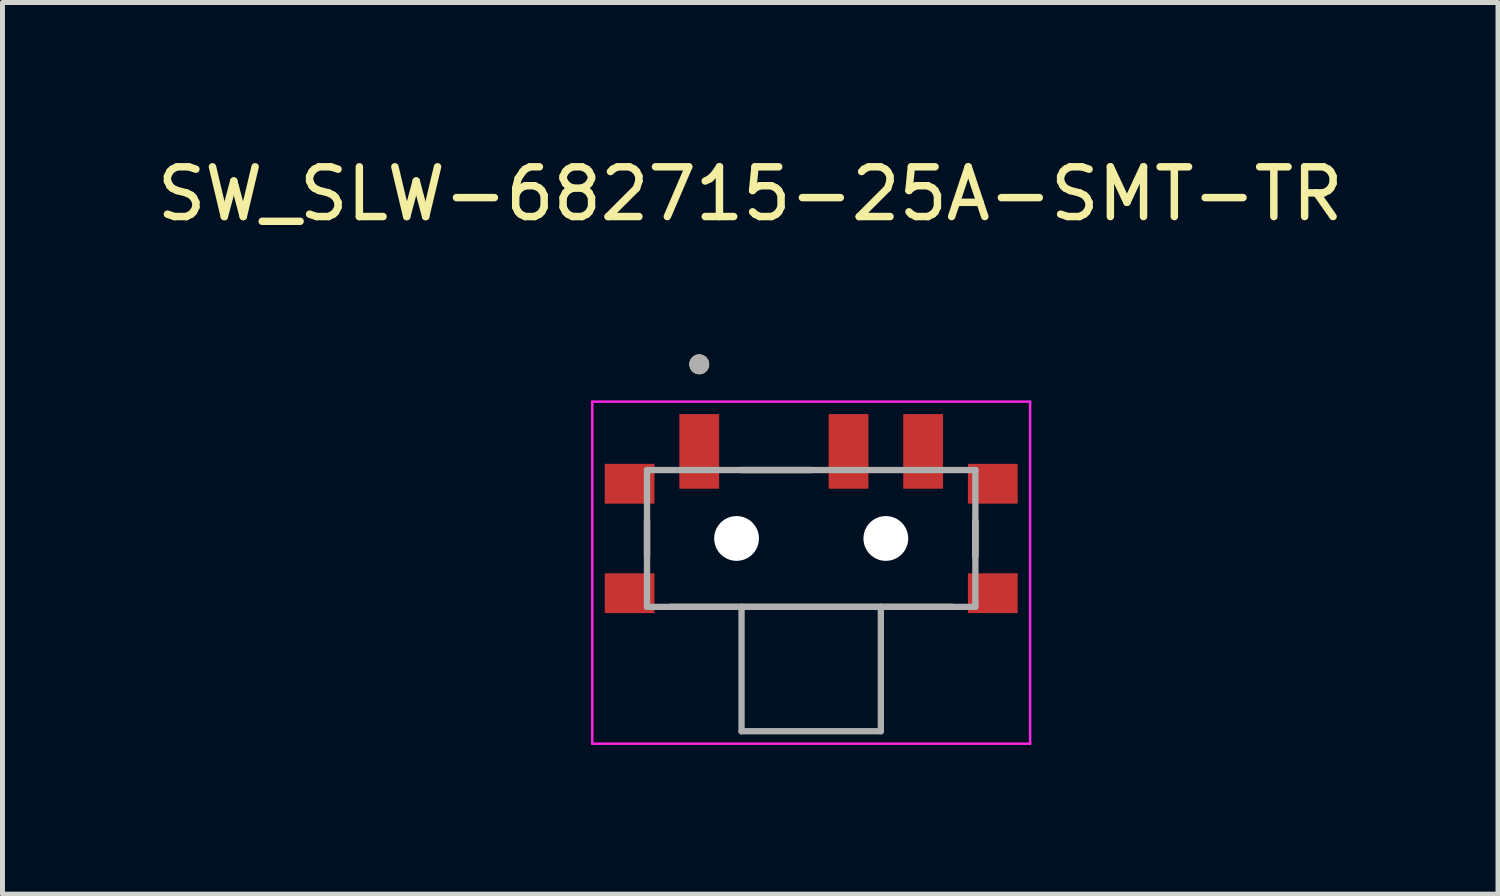
<source format=kicad_pcb>
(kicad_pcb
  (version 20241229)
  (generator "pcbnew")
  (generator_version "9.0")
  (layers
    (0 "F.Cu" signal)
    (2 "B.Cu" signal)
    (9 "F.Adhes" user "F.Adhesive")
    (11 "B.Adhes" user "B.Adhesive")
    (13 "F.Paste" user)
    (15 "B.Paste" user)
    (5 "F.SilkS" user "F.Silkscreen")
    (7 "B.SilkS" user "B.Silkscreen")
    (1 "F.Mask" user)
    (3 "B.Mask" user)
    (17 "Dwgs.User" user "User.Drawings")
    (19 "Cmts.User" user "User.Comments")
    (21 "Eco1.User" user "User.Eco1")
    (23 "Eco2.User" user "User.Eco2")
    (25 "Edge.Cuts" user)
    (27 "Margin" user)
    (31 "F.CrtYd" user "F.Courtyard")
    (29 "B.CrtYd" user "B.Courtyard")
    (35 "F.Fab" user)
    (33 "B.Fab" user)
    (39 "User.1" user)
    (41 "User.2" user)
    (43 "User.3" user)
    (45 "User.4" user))
  (footprint "SW_SLW-682715-25A-SMT-TR"
    (layer "F.Cu")
    (at 13.255 7.773)
    (property "Reference" "SW_SLW-682715-25A-SMT-TR" (at -1.225 -6.925 0) (layer "F.SilkS") (effects (font (size 1 1) (thickness 0.15))))
    (attr smd)
    (fp_line (start -3.3 -0.35) (end -3.3 0.35) (stroke (width 0.127) (type solid)) (layer "F.SilkS"))
    (fp_line (start -2.83 1.375) (end 2.83 1.375) (stroke (width 0.127) (type solid)) (layer "F.SilkS"))
    (fp_line (start -1.4 -1.375) (end 0 -1.375) (stroke (width 0.127) (type solid)) (layer "F.SilkS"))
    (fp_line (start 3.3 -0.35) (end 3.3 0.35) (stroke (width 0.127) (type solid)) (layer "F.SilkS"))
    (fp_circle (center -2.25 -3.5) (end -2.15 -3.5) (stroke (width 0.2) (type solid)) (fill no) (layer "F.SilkS"))
    (fp_line (start -4.4 -2.75) (end -4.4 4.125) (stroke (width 0.05) (type solid)) (layer "F.CrtYd"))
    (fp_line (start -4.4 4.125) (end 4.4 4.125) (stroke (width 0.05) (type solid)) (layer "F.CrtYd"))
    (fp_line (start 4.4 -2.75) (end -4.4 -2.75) (stroke (width 0.05) (type solid)) (layer "F.CrtYd"))
    (fp_line (start 4.4 4.125) (end 4.4 -2.75) (stroke (width 0.05) (type solid)) (layer "F.CrtYd"))
    (fp_line (start -3.3 -1.375) (end -3.3 1.375) (stroke (width 0.127) (type solid)) (layer "F.Fab"))
    (fp_line (start -3.3 1.375) (end -1.4 1.375) (stroke (width 0.127) (type solid)) (layer "F.Fab"))
    (fp_line (start -1.4 1.375) (end -1.4 3.875) (stroke (width 0.127) (type solid)) (layer "F.Fab"))
    (fp_line (start -1.4 1.375) (end 1.4 1.375) (stroke (width 0.127) (type solid)) (layer "F.Fab"))
    (fp_line (start -1.4 3.875) (end 1.4 3.875) (stroke (width 0.127) (type solid)) (layer "F.Fab"))
    (fp_line (start 1.4 1.375) (end 3.3 1.375) (stroke (width 0.127) (type solid)) (layer "F.Fab"))
    (fp_line (start 1.4 3.875) (end 1.4 1.375) (stroke (width 0.127) (type solid)) (layer "F.Fab"))
    (fp_line (start 3.3 -1.375) (end -3.3 -1.375) (stroke (width 0.127) (type solid)) (layer "F.Fab"))
    (fp_line (start 3.3 1.375) (end 3.3 -1.375) (stroke (width 0.127) (type solid)) (layer "F.Fab"))
    (fp_circle (center -2.25 -3.5) (end -2.15 -3.5) (stroke (width 0.2) (type solid)) (fill no) (layer "F.Fab"))
    (pad "" np_thru_hole circle (at -1.5 0) (size 0.9 0.9) (drill 0.9) (layers "*.Cu" "*.Mask"))
    (pad "" np_thru_hole circle (at 1.5 0) (size 0.9 0.9) (drill 0.9) (layers "*.Cu" "*.Mask"))
    (pad "1" smd rect (at -2.25 -1.75) (size 0.8 1.5) (layers "F.Cu" "F.Mask" "F.Paste"))
    (pad "2" smd rect (at 0.75 -1.75) (size 0.8 1.5) (layers "F.Cu" "F.Mask" "F.Paste"))
    (pad "3" smd rect (at 2.25 -1.75) (size 0.8 1.5) (layers "F.Cu" "F.Mask" "F.Paste"))
    (pad "SH1" smd rect (at -3.65 -1.1) (size 1 0.8) (layers "F.Cu" "F.Mask" "F.Paste"))
    (pad "SH2" smd rect (at 3.65 -1.1) (size 1 0.8) (layers "F.Cu" "F.Mask" "F.Paste"))
    (pad "SH3" smd rect (at -3.65 1.1) (size 1 0.8) (layers "F.Cu" "F.Mask" "F.Paste"))
    (pad "SH4" smd rect (at 3.65 1.1) (size 1 0.8) (layers "F.Cu" "F.Mask" "F.Paste")))
  (gr_rect
    (start -3 -3)
    (end 27.06 14.923)
    (stroke (width 0.1) (type default))
    (fill no)
    (layer "Edge.Cuts")))
</source>
